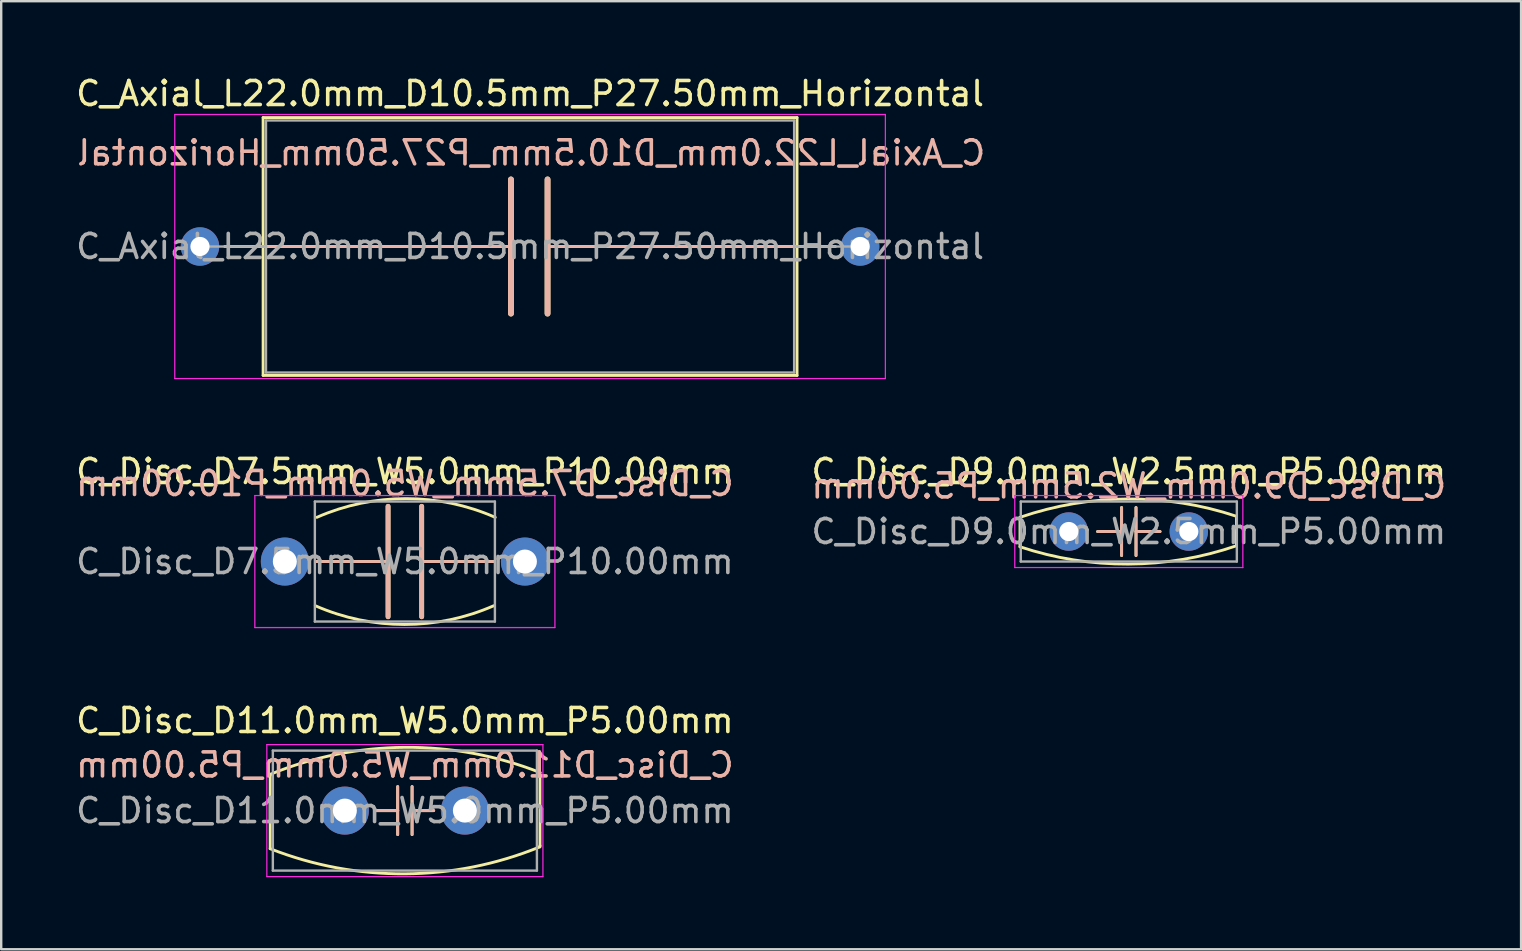
<source format=kicad_pcb>
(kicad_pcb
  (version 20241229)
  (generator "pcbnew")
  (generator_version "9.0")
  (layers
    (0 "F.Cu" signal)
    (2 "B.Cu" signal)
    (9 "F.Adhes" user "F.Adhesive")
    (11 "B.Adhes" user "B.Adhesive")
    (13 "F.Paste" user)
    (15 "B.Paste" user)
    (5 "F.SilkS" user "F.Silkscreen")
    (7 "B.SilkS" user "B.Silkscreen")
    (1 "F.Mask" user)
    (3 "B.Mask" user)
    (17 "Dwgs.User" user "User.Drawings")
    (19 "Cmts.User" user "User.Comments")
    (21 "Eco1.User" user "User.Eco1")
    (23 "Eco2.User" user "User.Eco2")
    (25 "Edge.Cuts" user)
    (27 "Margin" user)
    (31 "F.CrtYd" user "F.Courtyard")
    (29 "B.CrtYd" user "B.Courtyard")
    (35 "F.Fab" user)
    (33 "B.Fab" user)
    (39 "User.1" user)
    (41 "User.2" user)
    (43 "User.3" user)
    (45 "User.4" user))
  (footprint "C_Axial_L22.0mm_D10.5mm_P27.50mm_Horizontal"
    (layer "F.Cu")
    (at 5.28 7.218)
    (property "Reference" "C_Axial_L22.0mm_D10.5mm_P27.50mm_Horizontal" (at 13.75 -6.37 0) (layer "F.SilkS") (effects (font (size 1 1) (thickness 0.15))))
    (fp_line (start 1.04 0) (end 2.63 0) (stroke (width 0.12) (type solid)) (layer "F.SilkS"))
    (fp_line (start 2.63 -5.37) (end 2.63 5.37) (stroke (width 0.12) (type solid)) (layer "F.SilkS"))
    (fp_line (start 2.63 0) (end 12.954 0) (stroke (width 0.12) (type solid)) (layer "F.SilkS"))
    (fp_line (start 2.63 5.37) (end 24.87 5.37) (stroke (width 0.12) (type solid)) (layer "F.SilkS"))
    (fp_line (start 12.954 -2.794) (end 12.954 2.794) (stroke (width 0.24) (type solid)) (layer "F.SilkS"))
    (fp_line (start 14.478 2.794) (end 14.478 -2.794) (stroke (width 0.24) (type solid)) (layer "F.SilkS"))
    (fp_line (start 24.87 -5.37) (end 2.63 -5.37) (stroke (width 0.12) (type solid)) (layer "F.SilkS"))
    (fp_line (start 24.87 0) (end 14.478 0) (stroke (width 0.12) (type solid)) (layer "F.SilkS"))
    (fp_line (start 24.87 5.37) (end 24.87 -5.37) (stroke (width 0.12) (type solid)) (layer "F.SilkS"))
    (fp_line (start 26.46 0) (end 24.87 0) (stroke (width 0.12) (type solid)) (layer "F.SilkS"))
    (fp_line (start 1.04 0) (end 2.63 0) (stroke (width 0.12) (type solid)) (layer "B.SilkS"))
    (fp_line (start 2.63 0) (end 12.954 0) (stroke (width 0.12) (type solid)) (layer "B.SilkS"))
    (fp_line (start 12.954 2.794) (end 12.954 -2.794) (stroke (width 0.24) (type solid)) (layer "B.SilkS"))
    (fp_line (start 14.478 -2.794) (end 14.478 2.794) (stroke (width 0.24) (type solid)) (layer "B.SilkS"))
    (fp_line (start 24.87 0) (end 14.478 0) (stroke (width 0.12) (type solid)) (layer "B.SilkS"))
    (fp_line (start 26.46 0) (end 24.87 0) (stroke (width 0.12) (type solid)) (layer "B.SilkS"))
    (fp_line (start -1.05 -5.5) (end -1.05 5.5) (stroke (width 0.05) (type solid)) (layer "F.CrtYd"))
    (fp_line (start -1.05 5.5) (end 28.55 5.5) (stroke (width 0.05) (type solid)) (layer "F.CrtYd"))
    (fp_line (start 28.55 -5.5) (end -1.05 -5.5) (stroke (width 0.05) (type solid)) (layer "F.CrtYd"))
    (fp_line (start 28.55 5.5) (end 28.55 -5.5) (stroke (width 0.05) (type solid)) (layer "F.CrtYd"))
    (fp_line (start 0 0) (end 2.75 0) (stroke (width 0.1) (type solid)) (layer "F.Fab"))
    (fp_line (start 2.75 -5.25) (end 2.75 5.25) (stroke (width 0.1) (type solid)) (layer "F.Fab"))
    (fp_line (start 2.75 5.25) (end 24.75 5.25) (stroke (width 0.1) (type solid)) (layer "F.Fab"))
    (fp_line (start 24.75 -5.25) (end 2.75 -5.25) (stroke (width 0.1) (type solid)) (layer "F.Fab"))
    (fp_line (start 24.75 5.25) (end 24.75 -5.25) (stroke (width 0.1) (type solid)) (layer "F.Fab"))
    (fp_line (start 27.5 0) (end 24.75 0) (stroke (width 0.1) (type solid)) (layer "F.Fab"))
    (fp_text user "${REFERENCE}" (at 13.8 -3.9 0) (layer "B.SilkS") (effects (font (size 1 1) (thickness 0.15)) (justify mirror)))
    (fp_text user "${REFERENCE}" (at 13.75 0 0) (layer "F.Fab") (effects (font (size 1 1) (thickness 0.15))))
    (pad "1" thru_hole circle (at 0 0) (size 1.6 1.6) (drill 0.8) (layers "*.Cu" "*.Mask"))
    (pad "2" thru_hole oval (at 27.5 0) (size 1.6 1.6) (drill 0.8) (layers "*.Cu" "*.Mask")))
  (footprint "C_Disc_D9.0mm_W2.5mm_P5.00mm"
    (layer "F.Cu")
    (at 41.47 19.091)
    (property "Reference" "C_Disc_D9.0mm_W2.5mm_P5.00mm" (at 2.5 -2.5 0) (layer "F.SilkS") (effects (font (size 1 1) (thickness 0.15))))
    (fp_line (start -2.032 -0.572) (end -2.032 0.635) (stroke (width 0.12) (type solid)) (layer "F.SilkS"))
    (fp_line (start -2.032 -0.572) (end -2.026 -0.594) (stroke (width 0.12) (type solid)) (layer "F.SilkS"))
    (fp_line (start 1.2 0) (end 2.2 0) (stroke (width 0.12) (type solid)) (layer "F.SilkS"))
    (fp_line (start 2.2 0) (end 2.2 -1) (stroke (width 0.12) (type solid)) (layer "F.SilkS"))
    (fp_line (start 2.2 0) (end 2.2 1) (stroke (width 0.12) (type solid)) (layer "F.SilkS"))
    (fp_line (start 2.8 -1) (end 2.8 1) (stroke (width 0.12) (type solid)) (layer "F.SilkS"))
    (fp_line (start 2.8 0) (end 3.8 0) (stroke (width 0.12) (type solid)) (layer "F.SilkS"))
    (fp_line (start 6.985 0.064) (end 6.985 -0.635) (stroke (width 0.12) (type solid)) (layer "F.SilkS"))
    (fp_line (start 6.985 0.064) (end 6.985 0.572) (stroke (width 0.12) (type solid)) (layer "F.SilkS"))
    (fp_line (start 6.985 0.572) (end 6.985 0.064) (stroke (width 0.12) (type solid)) (layer "F.SilkS"))
    (fp_line (start 6.985 0.572) (end 6.985 0.508) (stroke (width 0.12) (type solid)) (layer "F.SilkS"))
    (fp_arc (start -2.025917 -0.594083) (mid 2.476174 -1.356179) (end 6.985 -0.635) (stroke (width 0.12) (type solid)) (layer "F.SilkS"))
    (fp_arc (start 6.978917 0.594083) (mid 2.476826 1.356179) (end -2.032 0.635) (stroke (width 0.12) (type solid)) (layer "F.SilkS"))
    (fp_line (start 1.2 0) (end 2.2 0) (stroke (width 0.12) (type solid)) (layer "B.SilkS"))
    (fp_line (start 2.2 0) (end 2.2 -1) (stroke (width 0.12) (type solid)) (layer "B.SilkS"))
    (fp_line (start 2.2 0) (end 2.2 1) (stroke (width 0.12) (type solid)) (layer "B.SilkS"))
    (fp_line (start 2.8 0) (end 3.8 0) (stroke (width 0.12) (type solid)) (layer "B.SilkS"))
    (fp_line (start 2.8 1) (end 2.8 -1) (stroke (width 0.12) (type solid)) (layer "B.SilkS"))
    (fp_line (start -2.25 -1.5) (end -2.25 1.5) (stroke (width 0.05) (type solid)) (layer "F.CrtYd"))
    (fp_line (start -2.25 1.5) (end 7.25 1.5) (stroke (width 0.05) (type solid)) (layer "F.CrtYd"))
    (fp_line (start 7.25 -1.5) (end -2.25 -1.5) (stroke (width 0.05) (type solid)) (layer "F.CrtYd"))
    (fp_line (start 7.25 1.5) (end 7.25 -1.5) (stroke (width 0.05) (type solid)) (layer "F.CrtYd"))
    (fp_line (start -2 -1.25) (end -2 1.25) (stroke (width 0.1) (type solid)) (layer "F.Fab"))
    (fp_line (start -2 1.25) (end 7 1.25) (stroke (width 0.1) (type solid)) (layer "F.Fab"))
    (fp_line (start 7 -1.25) (end -2 -1.25) (stroke (width 0.1) (type solid)) (layer "F.Fab"))
    (fp_line (start 7 1.25) (end 7 -1.25) (stroke (width 0.1) (type solid)) (layer "F.Fab"))
    (fp_text user "${REFERENCE}" (at 2.5 -1.9 0) (layer "B.SilkS") (effects (font (size 1 1) (thickness 0.15)) (justify mirror)))
    (fp_text user "${REFERENCE}" (at 2.5 0 0) (layer "F.Fab") (effects (font (size 1 1) (thickness 0.15))))
    (pad "1" thru_hole circle (at 0 0) (size 1.6 1.6) (drill 0.8) (layers "*.Cu" "*.Mask"))
    (pad "2" thru_hole circle (at 5 0) (size 1.6 1.6) (drill 0.8) (layers "*.Cu" "*.Mask")))
  (footprint "C_Disc_D11.0mm_W5.0mm_P5.00mm"
    (layer "F.Cu")
    (at 11.315 30.715)
    (property "Reference" "C_Disc_D11.0mm_W5.0mm_P5.00mm" (at 2.5 -3.75 0) (layer "F.SilkS") (effects (font (size 1 1) (thickness 0.15))))
    (fp_line (start -3.111 -1.46) (end -3.106 -1.511) (stroke (width 0.12) (type solid)) (layer "F.SilkS"))
    (fp_line (start -3.111 1.587) (end -3.111 -1.46) (stroke (width 0.12) (type solid)) (layer "F.SilkS"))
    (fp_line (start 1.3 0) (end 2.2 0) (stroke (width 0.12) (type solid)) (layer "F.SilkS"))
    (fp_line (start 2.2 0) (end 2.2 -1) (stroke (width 0.12) (type solid)) (layer "F.SilkS"))
    (fp_line (start 2.2 0) (end 2.2 1) (stroke (width 0.12) (type solid)) (layer "F.SilkS"))
    (fp_line (start 2.8 -1) (end 2.8 1) (stroke (width 0.12) (type solid)) (layer "F.SilkS"))
    (fp_line (start 2.8 0) (end 3.7 0) (stroke (width 0.12) (type solid)) (layer "F.SilkS"))
    (fp_line (start 8.128 -1.587) (end 8.128 1.46) (stroke (width 0.12) (type solid)) (layer "F.SilkS"))
    (fp_line (start 8.128 1.46) (end 8.123 1.511) (stroke (width 0.12) (type solid)) (layer "F.SilkS"))
    (fp_arc (start -3.106181 -1.511004) (mid 2.50352 -2.634411) (end 8.128 -1.5875) (stroke (width 0.12) (type solid)) (layer "F.SilkS"))
    (fp_arc (start 8.122681 1.511004) (mid 2.51298 2.634411) (end -3.1115 1.5875) (stroke (width 0.12) (type solid)) (layer "F.SilkS"))
    (fp_line (start 1.3 0) (end 2.2 0) (stroke (width 0.12) (type solid)) (layer "B.SilkS"))
    (fp_line (start 2.2 0) (end 2.2 -1) (stroke (width 0.12) (type solid)) (layer "B.SilkS"))
    (fp_line (start 2.2 0) (end 2.2 1) (stroke (width 0.12) (type solid)) (layer "B.SilkS"))
    (fp_line (start 2.8 0) (end 3.7 0) (stroke (width 0.12) (type solid)) (layer "B.SilkS"))
    (fp_line (start 2.8 1) (end 2.8 -1) (stroke (width 0.12) (type solid)) (layer "B.SilkS"))
    (fp_line (start -3.25 -2.75) (end -3.25 2.75) (stroke (width 0.05) (type solid)) (layer "F.CrtYd"))
    (fp_line (start -3.25 2.75) (end 8.25 2.75) (stroke (width 0.05) (type solid)) (layer "F.CrtYd"))
    (fp_line (start 8.25 -2.75) (end -3.25 -2.75) (stroke (width 0.05) (type solid)) (layer "F.CrtYd"))
    (fp_line (start 8.25 2.75) (end 8.25 -2.75) (stroke (width 0.05) (type solid)) (layer "F.CrtYd"))
    (fp_line (start -3 -2.5) (end -3 2.5) (stroke (width 0.1) (type solid)) (layer "F.Fab"))
    (fp_line (start -3 2.5) (end 8 2.5) (stroke (width 0.1) (type solid)) (layer "F.Fab"))
    (fp_line (start 8 -2.5) (end -3 -2.5) (stroke (width 0.1) (type solid)) (layer "F.Fab"))
    (fp_line (start 8 2.5) (end 8 -2.5) (stroke (width 0.1) (type solid)) (layer "F.Fab"))
    (fp_text user "${REFERENCE}" (at 2.5 -1.9 0) (layer "B.SilkS") (effects (font (size 1 1) (thickness 0.15)) (justify mirror)))
    (fp_text user "${REFERENCE}" (at 2.5 0 0) (layer "F.Fab") (effects (font (size 1 1) (thickness 0.15))))
    (pad "1" thru_hole circle (at 0 0) (size 2 2) (drill 1) (layers "*.Cu" "*.Mask"))
    (pad "2" thru_hole circle (at 5 0) (size 2 2) (drill 1) (layers "*.Cu" "*.Mask")))
  (footprint "C_Disc_D7.5mm_W5.0mm_P10.00mm"
    (layer "F.Cu")
    (at 8.815 20.341)
    (property "Reference" "C_Disc_D7.5mm_W5.0mm_P10.00mm" (at 5 -3.75 0) (layer "F.SilkS") (effects (font (size 1 1) (thickness 0.15))))
    (fp_line (start 1.3 0) (end 4.3 0) (stroke (width 0.12) (type solid)) (layer "F.SilkS"))
    (fp_line (start 4.3 0) (end 4.3 -2.3) (stroke (width 0.2) (type solid)) (layer "F.SilkS"))
    (fp_line (start 4.3 0) (end 4.3 2.3) (stroke (width 0.2) (type solid)) (layer "F.SilkS"))
    (fp_line (start 5.7 0) (end 5.7 -2.3) (stroke (width 0.2) (type solid)) (layer "F.SilkS"))
    (fp_line (start 5.7 0) (end 5.7 2.3) (stroke (width 0.2) (type solid)) (layer "F.SilkS"))
    (fp_line (start 5.7 0) (end 8.7 0) (stroke (width 0.12) (type solid)) (layer "F.SilkS"))
    (fp_arc (start 1.333384 -1.8415) (mid 5.04822 -2.621484) (end 8.763 -1.841237) (stroke (width 0.12) (type solid)) (layer "F.SilkS"))
    (fp_arc (start 8.6995 1.8415) (mid 4.984664 2.621484) (end 1.269884 1.841237) (stroke (width 0.12) (type solid)) (layer "F.SilkS"))
    (fp_line (start 1.3 0) (end 4.3 0) (stroke (width 0.12) (type solid)) (layer "B.SilkS"))
    (fp_line (start 4.3 0) (end 4.3 -2.3) (stroke (width 0.2) (type solid)) (layer "B.SilkS"))
    (fp_line (start 4.3 0) (end 4.3 2.3) (stroke (width 0.2) (type solid)) (layer "B.SilkS"))
    (fp_line (start 5.7 0) (end 5.7 -2.3) (stroke (width 0.2) (type solid)) (layer "B.SilkS"))
    (fp_line (start 5.7 0) (end 5.7 2.3) (stroke (width 0.2) (type solid)) (layer "B.SilkS"))
    (fp_line (start 5.7 0) (end 8.7 0) (stroke (width 0.12) (type solid)) (layer "B.SilkS"))
    (fp_line (start -1.25 -2.75) (end -1.25 2.75) (stroke (width 0.05) (type solid)) (layer "F.CrtYd"))
    (fp_line (start -1.25 2.75) (end 11.25 2.75) (stroke (width 0.05) (type solid)) (layer "F.CrtYd"))
    (fp_line (start 11.25 -2.75) (end -1.25 -2.75) (stroke (width 0.05) (type solid)) (layer "F.CrtYd"))
    (fp_line (start 11.25 2.75) (end 11.25 -2.75) (stroke (width 0.05) (type solid)) (layer "F.CrtYd"))
    (fp_line (start 1.25 -2.5) (end 1.25 2.5) (stroke (width 0.1) (type solid)) (layer "F.Fab"))
    (fp_line (start 1.25 2.5) (end 8.75 2.5) (stroke (width 0.1) (type solid)) (layer "F.Fab"))
    (fp_line (start 8.75 -2.5) (end 1.25 -2.5) (stroke (width 0.1) (type solid)) (layer "F.Fab"))
    (fp_line (start 8.75 2.5) (end 8.75 -2.5) (stroke (width 0.1) (type solid)) (layer "F.Fab"))
    (fp_text user "${REFERENCE}" (at 5 -3.25 0) (layer "B.SilkS") (effects (font (size 1 1) (thickness 0.15)) (justify mirror)))
    (fp_text user "${REFERENCE}" (at 5 0 0) (layer "F.Fab") (effects (font (size 1 1) (thickness 0.15))))
    (pad "1" thru_hole circle (at 0 0) (size 2 2) (drill 1) (layers "*.Cu" "*.Mask"))
    (pad "2" thru_hole circle (at 10 0) (size 2 2) (drill 1) (layers "*.Cu" "*.Mask")))
  (gr_rect
    (start -3 -3)
    (end 60.31 36.49)
    (stroke (width 0.1) (type default))
    (fill no)
    (layer "Edge.Cuts")))
</source>
